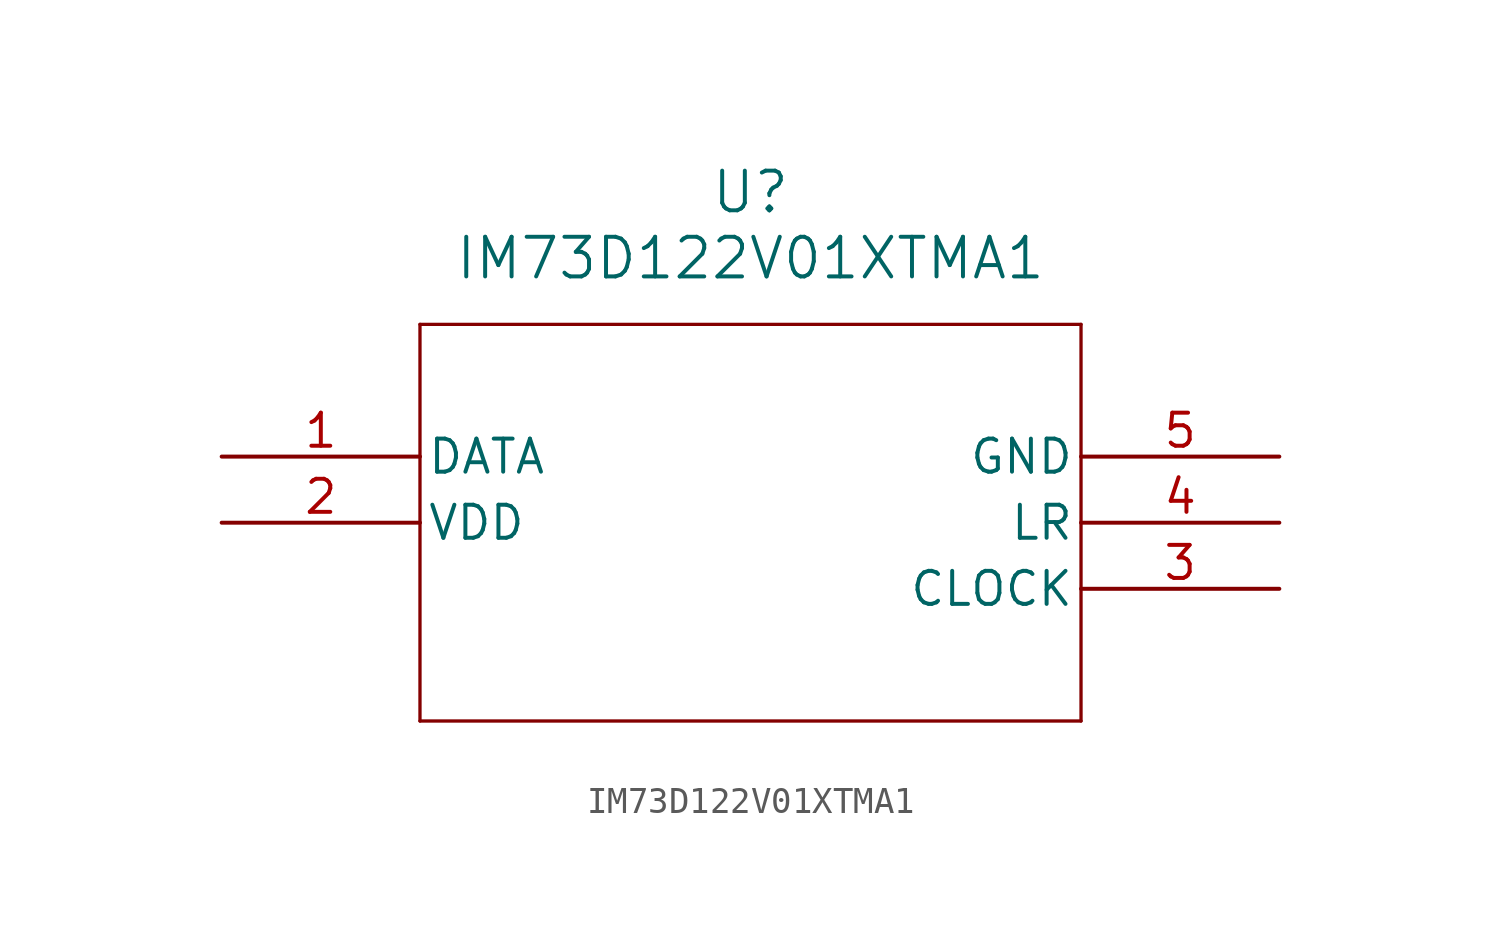
<source format=kicad_sym>
(kicad_symbol_lib
  (version 20211014)
  (generator kicad_symbol_editor)
  (symbol "IM73D122V01XTMA1"
    (pin_names
      (offset 0.254))
    (property "Reference" "U"
      (at 20.32 10.16 0)
      (effects (font (size 1.524 1.524))))
    (property "Value" "IM73D122V01XTMA1"
      (at 20.32 7.62 0)
      (effects (font (size 1.524 1.524))))
    (symbol "IM73D122V01XTMA1_0_1"
      (polyline (pts (xy 7.62 5.08) (xy 7.62 -10.16)) (stroke (width 0.127) (type default) (color 0 0 0 0)) (fill (type none)))
      (polyline (pts (xy 7.62 -10.16) (xy 33.02 -10.16)) (stroke (width 0.127) (type default) (color 0 0 0 0)) (fill (type none)))
      (polyline (pts (xy 33.02 -10.16) (xy 33.02 5.08)) (stroke (width 0.127) (type default) (color 0 0 0 0)) (fill (type none)))
      (polyline (pts (xy 33.02 5.08) (xy 7.62 5.08)) (stroke (width 0.127) (type default) (color 0 0 0 0)) (fill (type none)))
      (pin output line (at 0 0 0) (length 7.62) (name "DATA" (effects (font (size 1.27 1.27)))) (number "1" (effects (font (size 1.27 1.27)))))
      (pin power_in line (at 0 -2.54 0) (length 7.62) (name "VDD" (effects (font (size 1.27 1.27)))) (number "2" (effects (font (size 1.27 1.27)))))
      (pin input line (at 40.64 -5.08 180) (length 7.62) (name "CLOCK" (effects (font (size 1.27 1.27)))) (number "3" (effects (font (size 1.27 1.27)))))
      (pin unspecified line (at 40.64 -2.54 180) (length 7.62) (name "LR" (effects (font (size 1.27 1.27)))) (number "4" (effects (font (size 1.27 1.27)))))
      (pin power_out line (at 40.64 0 180) (length 7.62) (name "GND" (effects (font (size 1.27 1.27)))) (number "5" (effects (font (size 1.27 1.27))))))))
</source>
